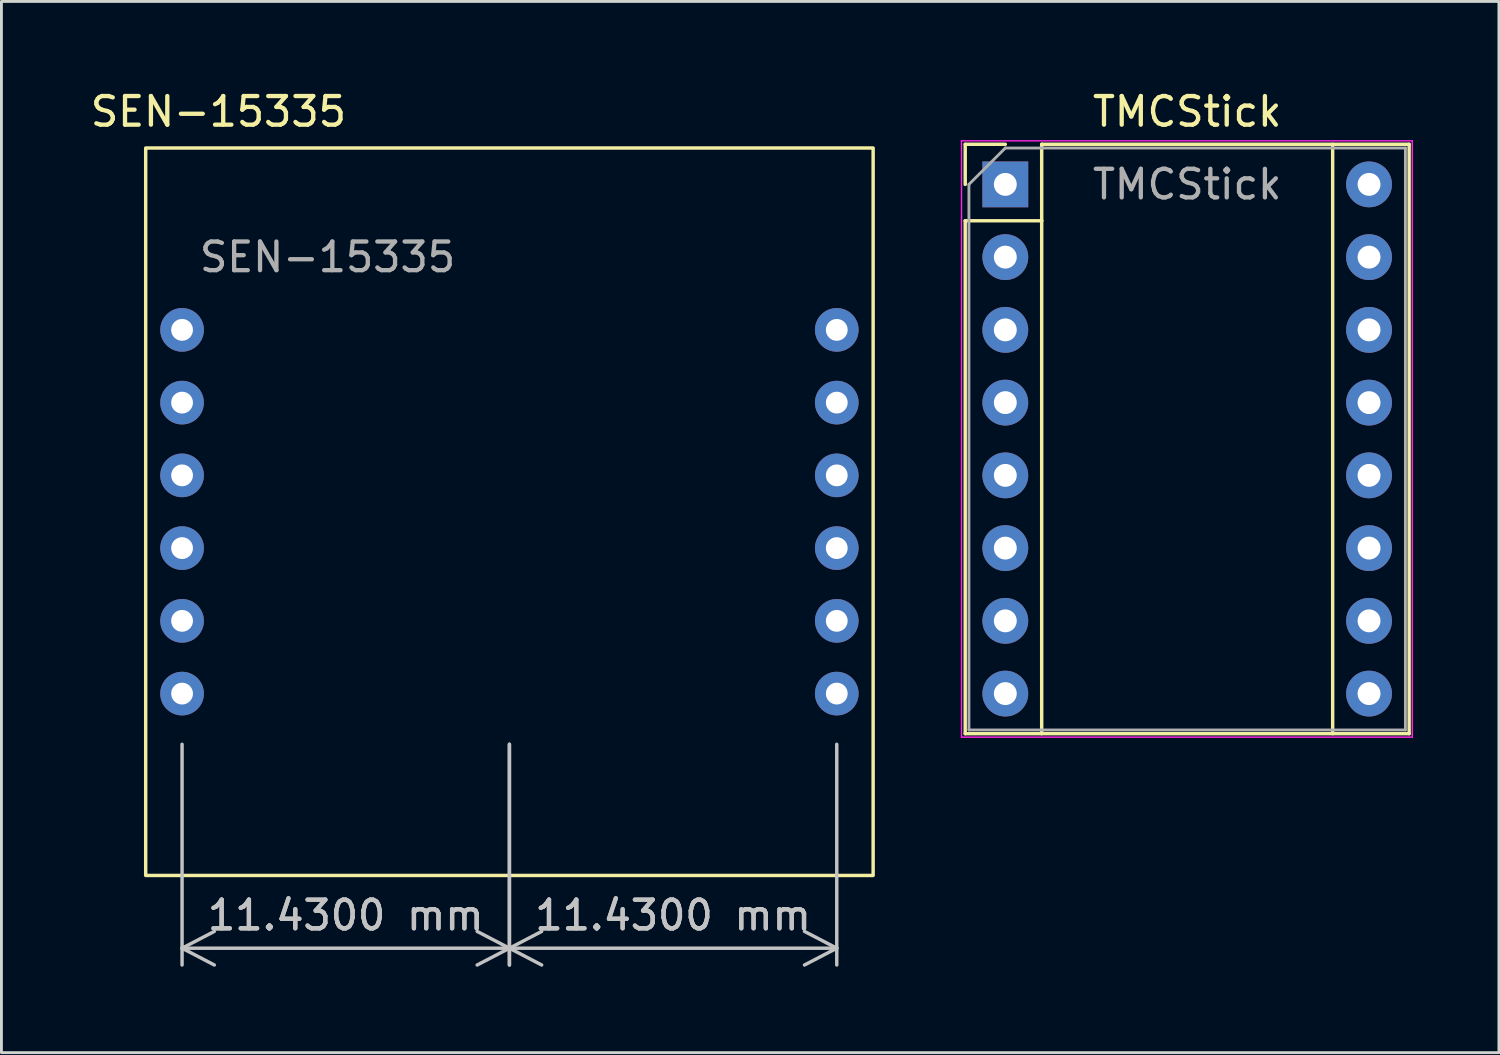
<source format=kicad_pcb>
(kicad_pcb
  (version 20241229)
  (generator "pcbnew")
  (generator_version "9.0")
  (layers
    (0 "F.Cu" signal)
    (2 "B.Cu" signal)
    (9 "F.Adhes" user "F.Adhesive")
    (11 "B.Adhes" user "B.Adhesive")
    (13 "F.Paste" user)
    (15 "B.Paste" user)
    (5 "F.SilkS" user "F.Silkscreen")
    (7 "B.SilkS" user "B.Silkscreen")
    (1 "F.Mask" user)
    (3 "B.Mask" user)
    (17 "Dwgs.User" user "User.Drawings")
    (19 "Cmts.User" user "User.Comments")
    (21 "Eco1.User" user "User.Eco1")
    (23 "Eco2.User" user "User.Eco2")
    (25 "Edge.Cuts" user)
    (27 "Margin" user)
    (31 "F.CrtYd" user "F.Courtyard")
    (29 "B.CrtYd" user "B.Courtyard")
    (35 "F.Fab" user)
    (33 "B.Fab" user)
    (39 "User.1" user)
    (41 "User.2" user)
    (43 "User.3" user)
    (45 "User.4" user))
  (footprint "TMCStick"
    (layer "F.Cu")
    (at 32.052 3.388)
    (property "Reference" "TMCStick" (at 6.35 -2.54 0) (layer "F.SilkS") (effects (font (size 1 1) (thickness 0.15))))
    (attr through_hole)
    (fp_line (start -1.4 -1.4) (end -1.4 0) (stroke (width 0.12) (type solid)) (layer "F.SilkS"))
    (fp_line (start -1.4 1.27) (end -1.4 19.18) (stroke (width 0.12) (type solid)) (layer "F.SilkS"))
    (fp_line (start -1.4 19.18) (end 14.1 19.18) (stroke (width 0.12) (type solid)) (layer "F.SilkS"))
    (fp_line (start 0 -1.4) (end -1.4 -1.4) (stroke (width 0.12) (type solid)) (layer "F.SilkS"))
    (fp_line (start 1.27 -1.4) (end 1.27 1.27) (stroke (width 0.12) (type solid)) (layer "F.SilkS"))
    (fp_line (start 1.27 1.27) (end -1.4 1.27) (stroke (width 0.12) (type solid)) (layer "F.SilkS"))
    (fp_line (start 1.27 1.27) (end 1.27 19.18) (stroke (width 0.12) (type solid)) (layer "F.SilkS"))
    (fp_line (start 11.43 -1.4) (end 11.43 19.18) (stroke (width 0.12) (type solid)) (layer "F.SilkS"))
    (fp_line (start 14.1 -1.4) (end 1.27 -1.4) (stroke (width 0.12) (type solid)) (layer "F.SilkS"))
    (fp_line (start 14.1 19.18) (end 14.1 -1.4) (stroke (width 0.12) (type solid)) (layer "F.SilkS"))
    (fp_line (start -1.53 -1.52) (end -1.53 19.3) (stroke (width 0.05) (type solid)) (layer "F.CrtYd"))
    (fp_line (start -1.53 -1.52) (end 14.21 -1.52) (stroke (width 0.05) (type solid)) (layer "F.CrtYd"))
    (fp_line (start 14.21 19.3) (end -1.53 19.3) (stroke (width 0.05) (type solid)) (layer "F.CrtYd"))
    (fp_line (start 14.21 19.3) (end 14.21 -1.52) (stroke (width 0.05) (type solid)) (layer "F.CrtYd"))
    (fp_line (start -1.27 0) (end 0 -1.27) (stroke (width 0.1) (type solid)) (layer "F.Fab"))
    (fp_line (start -1.27 19.05) (end -1.27 0) (stroke (width 0.1) (type solid)) (layer "F.Fab"))
    (fp_line (start 0 -1.27) (end 13.97 -1.27) (stroke (width 0.1) (type solid)) (layer "F.Fab"))
    (fp_line (start 13.97 -1.27) (end 13.97 19.05) (stroke (width 0.1) (type solid)) (layer "F.Fab"))
    (fp_line (start 13.97 19.05) (end -1.27 19.05) (stroke (width 0.1) (type solid)) (layer "F.Fab"))
    (fp_text user "${REFERENCE}" (at 6.35 0 0) (layer "F.Fab") (effects (font (size 1 1) (thickness 0.15))))
    (pad "1" thru_hole rect (at 0 0) (size 1.6 1.6) (drill 0.8) (layers "*.Cu" "*.Mask"))
    (pad "2" thru_hole oval (at 0 2.54) (size 1.6 1.6) (drill 0.8) (layers "*.Cu" "*.Mask"))
    (pad "3" thru_hole oval (at 0 5.08) (size 1.6 1.6) (drill 0.8) (layers "*.Cu" "*.Mask"))
    (pad "4" thru_hole oval (at 0 7.62) (size 1.6 1.6) (drill 0.8) (layers "*.Cu" "*.Mask"))
    (pad "5" thru_hole oval (at 0 10.16) (size 1.6 1.6) (drill 0.8) (layers "*.Cu" "*.Mask"))
    (pad "6" thru_hole oval (at 0 12.7) (size 1.6 1.6) (drill 0.8) (layers "*.Cu" "*.Mask"))
    (pad "7" thru_hole oval (at 0 15.24) (size 1.6 1.6) (drill 0.8) (layers "*.Cu" "*.Mask"))
    (pad "8" thru_hole oval (at 0 17.78) (size 1.6 1.6) (drill 0.8) (layers "*.Cu" "*.Mask"))
    (pad "9" thru_hole oval (at 12.7 17.78) (size 1.6 1.6) (drill 0.8) (layers "*.Cu" "*.Mask"))
    (pad "10" thru_hole oval (at 12.7 15.24) (size 1.6 1.6) (drill 0.8) (layers "*.Cu" "*.Mask"))
    (pad "11" thru_hole oval (at 12.7 12.7) (size 1.6 1.6) (drill 0.8) (layers "*.Cu" "*.Mask"))
    (pad "12" thru_hole oval (at 12.7 10.16) (size 1.6 1.6) (drill 0.8) (layers "*.Cu" "*.Mask"))
    (pad "13" thru_hole oval (at 12.7 7.62) (size 1.6 1.6) (drill 0.8) (layers "*.Cu" "*.Mask"))
    (pad "14" thru_hole oval (at 12.7 5.08) (size 1.6 1.6) (drill 0.8) (layers "*.Cu" "*.Mask"))
    (pad "15" thru_hole oval (at 12.7 2.54) (size 1.6 1.6) (drill 0.8) (layers "*.Cu" "*.Mask"))
    (pad "16" thru_hole oval (at 12.7 0) (size 1.6 1.6) (drill 0.8) (layers "*.Cu" "*.Mask")))
  (footprint "SEN-15335"
    (layer "F.Cu")
    (at 14.737 14.818)
    (property "Reference" "SEN-15335" (at -10.16 -13.97 0) (unlocked yes) (layer "F.SilkS") (effects (font (size 1 1) (thickness 0.15))))
    (attr through_hole)
    (fp_rect (start -12.7 -12.7) (end 12.7 12.7) (stroke (width 0.12) (type default)) (fill no) (layer "F.SilkS"))
    (fp_text user "${REFERENCE}" (at -6.35 -8.89 0) (unlocked yes) (layer "F.Fab") (effects (font (size 1 1) (thickness 0.15))))
    (dimension (type aligned) (layer "Dwgs.User") (pts (xy 14.737 22.438) (xy 26.167 22.438)) (height 7.62) (format (prefix "") (suffix "") (units 3) (units_format 1) (precision 4)) (style (thickness 0.12) (arrow_length 1.27) (text_position_mode 0) (arrow_direction outward) (extension_height 0.586) (extension_offset 0.5) (keep_text_aligned yes)) (gr_text "11.4300 mm" (at 20.452 28.908 360) (layer "Dwgs.User") (effects (font (size 1 1) (thickness 0.15)))))
    (dimension (type aligned) (layer "Dwgs.User") (pts (xy 3.307 22.438) (xy 14.737 22.438)) (height 7.62) (format (prefix "") (suffix "") (units 3) (units_format 1) (precision 4)) (style (thickness 0.12) (arrow_length 1.27) (text_position_mode 0) (arrow_direction outward) (extension_height 0.586) (extension_offset 0.5) (keep_text_aligned yes)) (gr_text "11.4300 mm" (at 9.022 28.908 360) (layer "Dwgs.User") (effects (font (size 1 1) (thickness 0.15)))))
    (pad "1" thru_hole circle (at -11.43 -3.81) (size 1.524 1.524) (drill 0.762) (layers "*.Cu" "*.Mask"))
    (pad "2" thru_hole circle (at 11.43 6.35) (size 1.524 1.524) (drill 0.762) (layers "*.Cu" "*.Mask"))
    (pad "3" thru_hole circle (at -11.43 -1.27) (size 1.524 1.524) (drill 0.762) (layers "*.Cu" "*.Mask"))
    (pad "4" thru_hole circle (at -11.43 1.27) (size 1.524 1.524) (drill 0.762) (layers "*.Cu" "*.Mask"))
    (pad "5" thru_hole circle (at -11.43 3.81) (size 1.524 1.524) (drill 0.762) (layers "*.Cu" "*.Mask"))
    (pad "6" thru_hole circle (at -11.43 6.35) (size 1.524 1.524) (drill 0.762) (layers "*.Cu" "*.Mask"))
    (pad "7" thru_hole circle (at 11.43 3.81) (size 1.524 1.524) (drill 0.762) (layers "*.Cu" "*.Mask"))
    (pad "8" thru_hole circle (at 11.43 1.27) (size 1.524 1.524) (drill 0.762) (layers "*.Cu" "*.Mask"))
    (pad "9" thru_hole circle (at 11.43 -1.27) (size 1.524 1.524) (drill 0.762) (layers "*.Cu" "*.Mask"))
    (pad "10" thru_hole circle (at 11.43 -3.81) (size 1.524 1.524) (drill 0.762) (layers "*.Cu" "*.Mask"))
    (pad "11" thru_hole circle (at -11.43 -6.35) (size 1.524 1.524) (drill 0.762) (layers "*.Cu" "*.Mask"))
    (pad "12" thru_hole circle (at 11.43 -6.35) (size 1.524 1.524) (drill 0.762) (layers "*.Cu" "*.Mask")))
  (gr_rect
    (start -3 -3)
    (end 49.287 33.705)
    (stroke (width 0.1) (type default))
    (fill no)
    (layer "Edge.Cuts")))
</source>
